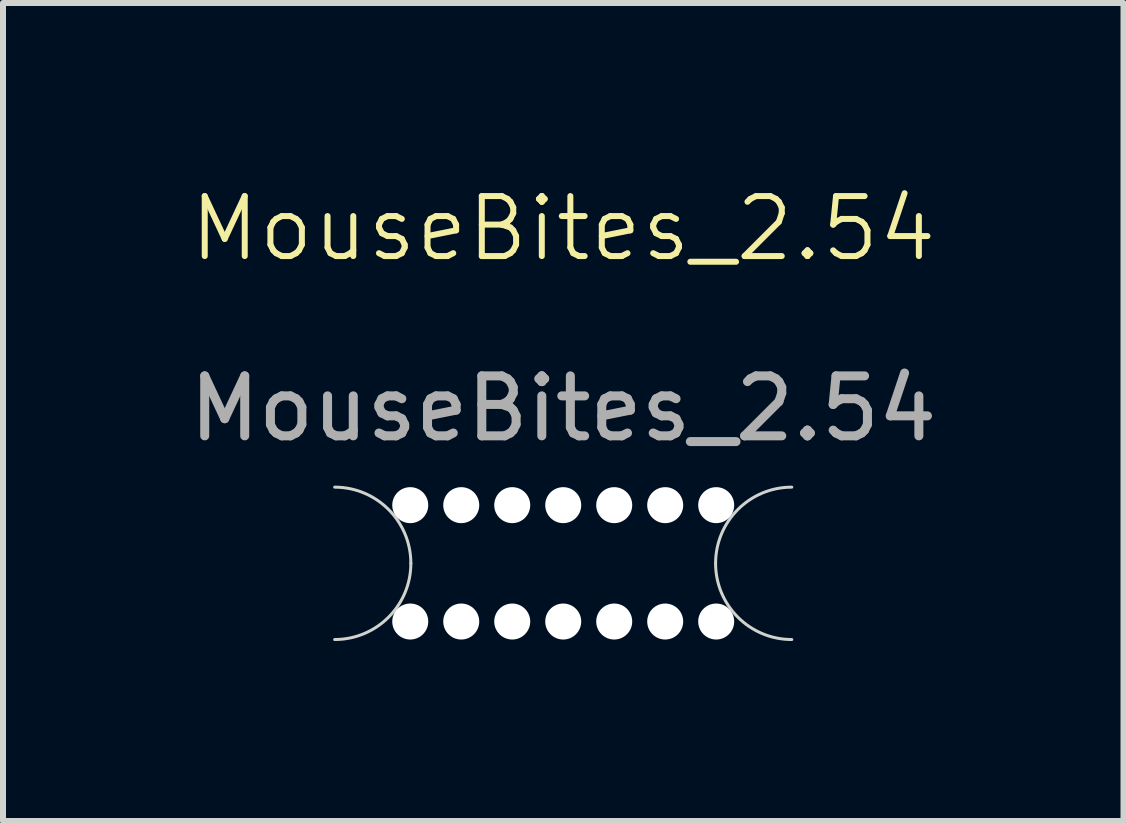
<source format=kicad_pcb>
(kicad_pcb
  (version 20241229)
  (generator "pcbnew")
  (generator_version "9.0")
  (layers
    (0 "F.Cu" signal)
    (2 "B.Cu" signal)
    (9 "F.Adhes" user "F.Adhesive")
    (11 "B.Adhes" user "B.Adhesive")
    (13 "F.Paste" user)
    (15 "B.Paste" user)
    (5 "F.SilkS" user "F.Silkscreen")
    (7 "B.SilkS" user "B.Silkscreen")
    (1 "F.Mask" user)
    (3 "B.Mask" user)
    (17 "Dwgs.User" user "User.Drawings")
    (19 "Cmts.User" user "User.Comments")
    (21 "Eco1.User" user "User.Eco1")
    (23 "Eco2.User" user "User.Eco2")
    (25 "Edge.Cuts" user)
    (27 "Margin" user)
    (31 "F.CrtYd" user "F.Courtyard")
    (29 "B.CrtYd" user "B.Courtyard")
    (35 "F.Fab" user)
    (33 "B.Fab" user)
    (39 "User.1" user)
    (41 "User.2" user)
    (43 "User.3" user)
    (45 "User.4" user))
  (footprint "MouseBites_2.54"
    (layer "F.Cu")
    (at 6.339 5.071)
    (property "Reference" "MouseBites_2.54" (at 0 -4.31 0) (unlocked yes) (layer "F.SilkS") (effects (font (size 1 1) (thickness 0.1))))
    (attr smd)
    (fp_arc (start -3.81 0) (mid -2.911974 0.371974) (end -2.54 1.27) (stroke (width 0.05) (type default)) (layer "Edge.Cuts"))
    (fp_arc (start -2.54 1.27) (mid -2.911974 2.168026) (end -3.81 2.54) (stroke (width 0.05) (type default)) (layer "Edge.Cuts"))
    (fp_arc (start 2.54 1.27) (mid 2.911974 0.371974) (end 3.81 0) (stroke (width 0.05) (type default)) (layer "Edge.Cuts"))
    (fp_arc (start 3.81 2.54) (mid 2.911974 2.168026) (end 2.54 1.27) (stroke (width 0.05) (type default)) (layer "Edge.Cuts"))
    (fp_text user "${REFERENCE}" (at 0 -1.31 0) (unlocked yes) (layer "F.Fab") (effects (font (size 1 1) (thickness 0.15))))
    (pad "" np_thru_hole circle (at -2.55 0.3) (size 0.6 0.6) (drill 0.6) (layers "*.Cu" "*.Mask"))
    (pad "" np_thru_hole circle (at -2.55 2.24) (size 0.6 0.6) (drill 0.6) (layers "*.Cu" "*.Mask"))
    (pad "" np_thru_hole circle (at -1.7 0.3) (size 0.6 0.6) (drill 0.6) (layers "*.Cu" "*.Mask"))
    (pad "" np_thru_hole circle (at -1.7 2.24) (size 0.6 0.6) (drill 0.6) (layers "*.Cu" "*.Mask"))
    (pad "" np_thru_hole circle (at -0.85 0.3) (size 0.6 0.6) (drill 0.6) (layers "*.Cu" "*.Mask"))
    (pad "" np_thru_hole circle (at -0.85 2.24) (size 0.6 0.6) (drill 0.6) (layers "*.Cu" "*.Mask"))
    (pad "" np_thru_hole circle (at 0 0.3) (size 0.6 0.6) (drill 0.6) (layers "*.Cu" "*.Mask"))
    (pad "" np_thru_hole circle (at 0 2.24) (size 0.6 0.6) (drill 0.6) (layers "*.Cu" "*.Mask"))
    (pad "" np_thru_hole circle (at 0.85 0.3) (size 0.6 0.6) (drill 0.6) (layers "*.Cu" "*.Mask"))
    (pad "" np_thru_hole circle (at 0.85 2.24) (size 0.6 0.6) (drill 0.6) (layers "*.Cu" "*.Mask"))
    (pad "" np_thru_hole circle (at 1.7 0.3) (size 0.6 0.6) (drill 0.6) (layers "*.Cu" "*.Mask"))
    (pad "" np_thru_hole circle (at 1.7 2.24) (size 0.6 0.6) (drill 0.6) (layers "*.Cu" "*.Mask"))
    (pad "" np_thru_hole circle (at 2.55 0.3) (size 0.6 0.6) (drill 0.6) (layers "*.Cu" "*.Mask"))
    (pad "" np_thru_hole circle (at 2.55 2.24) (size 0.6 0.6) (drill 0.6) (layers "*.Cu" "*.Mask")))
  (gr_rect
    (start -3 -3)
    (end 15.679 10.636)
    (stroke (width 0.1) (type default))
    (fill no)
    (layer "Edge.Cuts")))
</source>
